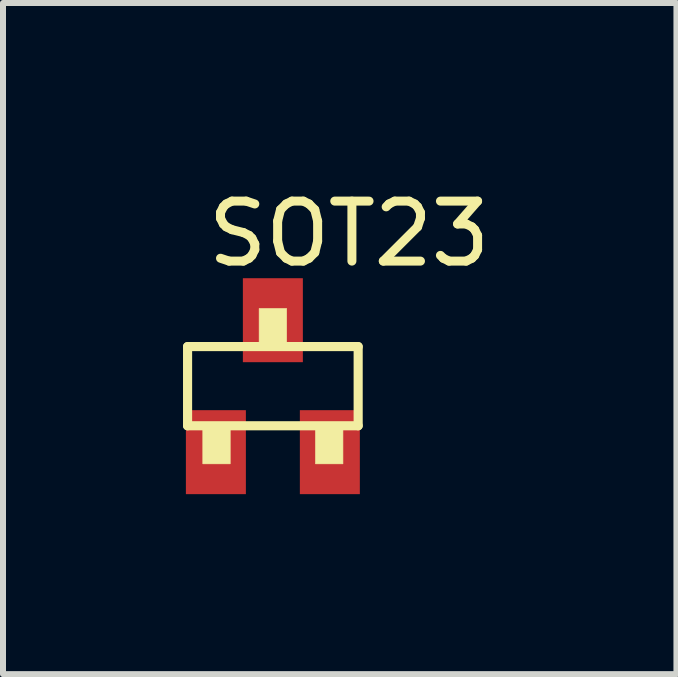
<source format=kicad_pcb>
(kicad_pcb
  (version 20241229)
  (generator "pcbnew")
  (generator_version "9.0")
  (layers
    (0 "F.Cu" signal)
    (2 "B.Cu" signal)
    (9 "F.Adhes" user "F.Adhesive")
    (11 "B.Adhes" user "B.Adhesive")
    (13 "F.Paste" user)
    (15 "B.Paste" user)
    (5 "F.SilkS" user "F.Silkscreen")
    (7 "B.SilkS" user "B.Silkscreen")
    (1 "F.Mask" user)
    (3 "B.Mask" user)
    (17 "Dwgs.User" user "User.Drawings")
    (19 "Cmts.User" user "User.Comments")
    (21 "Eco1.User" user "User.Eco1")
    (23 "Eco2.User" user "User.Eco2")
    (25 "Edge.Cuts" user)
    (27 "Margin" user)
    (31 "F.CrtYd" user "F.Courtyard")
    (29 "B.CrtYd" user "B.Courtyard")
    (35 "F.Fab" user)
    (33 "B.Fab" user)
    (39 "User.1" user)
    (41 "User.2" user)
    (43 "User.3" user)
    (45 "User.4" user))
  (footprint "SOT23"
    (layer "F.Cu")
    (at 1.499 3.388)
    (property "Reference" "SOT23" (at 1.27 -2.54 0) (layer "F.SilkS") (effects (font (size 1 1) (thickness 0.15))))
    (attr smd)
    (fp_line (start -1.422 -0.66) (end 1.422 -0.66) (stroke (width 0.152) (type solid)) (layer "F.SilkS"))
    (fp_line (start -1.422 0.66) (end -1.422 -0.66) (stroke (width 0.152) (type solid)) (layer "F.SilkS"))
    (fp_line (start 1.422 -0.66) (end 1.422 0.66) (stroke (width 0.152) (type solid)) (layer "F.SilkS"))
    (fp_line (start 1.422 0.66) (end -1.422 0.66) (stroke (width 0.152) (type solid)) (layer "F.SilkS"))
    (fp_poly (pts (xy -1.168 0.711) (xy -0.711 0.711) (xy -0.711 1.295) (xy -1.168 1.295)) (stroke (width 0.01) (type solid)) (fill yes) (layer "F.SilkS"))
    (fp_poly (pts (xy -0.229 -1.295) (xy 0.229 -1.295) (xy 0.229 -0.711) (xy -0.229 -0.711)) (stroke (width 0.01) (type solid)) (fill yes) (layer "F.SilkS"))
    (fp_poly (pts (xy 0.711 0.711) (xy 1.168 0.711) (xy 1.168 1.295) (xy 0.711 1.295)) (stroke (width 0.01) (type solid)) (fill yes) (layer "F.SilkS"))
    (pad "1" smd rect (at -0.95 1.1) (size 1 1.4) (layers "F.Cu" "F.Mask" "F.Paste"))
    (pad "2" smd rect (at 0.95 1.1) (size 1 1.4) (layers "F.Cu" "F.Mask" "F.Paste"))
    (pad "3" smd rect (at 0 -1.1) (size 1 1.4) (layers "F.Cu" "F.Mask" "F.Paste")))
  (gr_rect
    (start -3 -3)
    (end 8.227 8.188)
    (stroke (width 0.1) (type default))
    (fill no)
    (layer "Edge.Cuts")))
</source>
